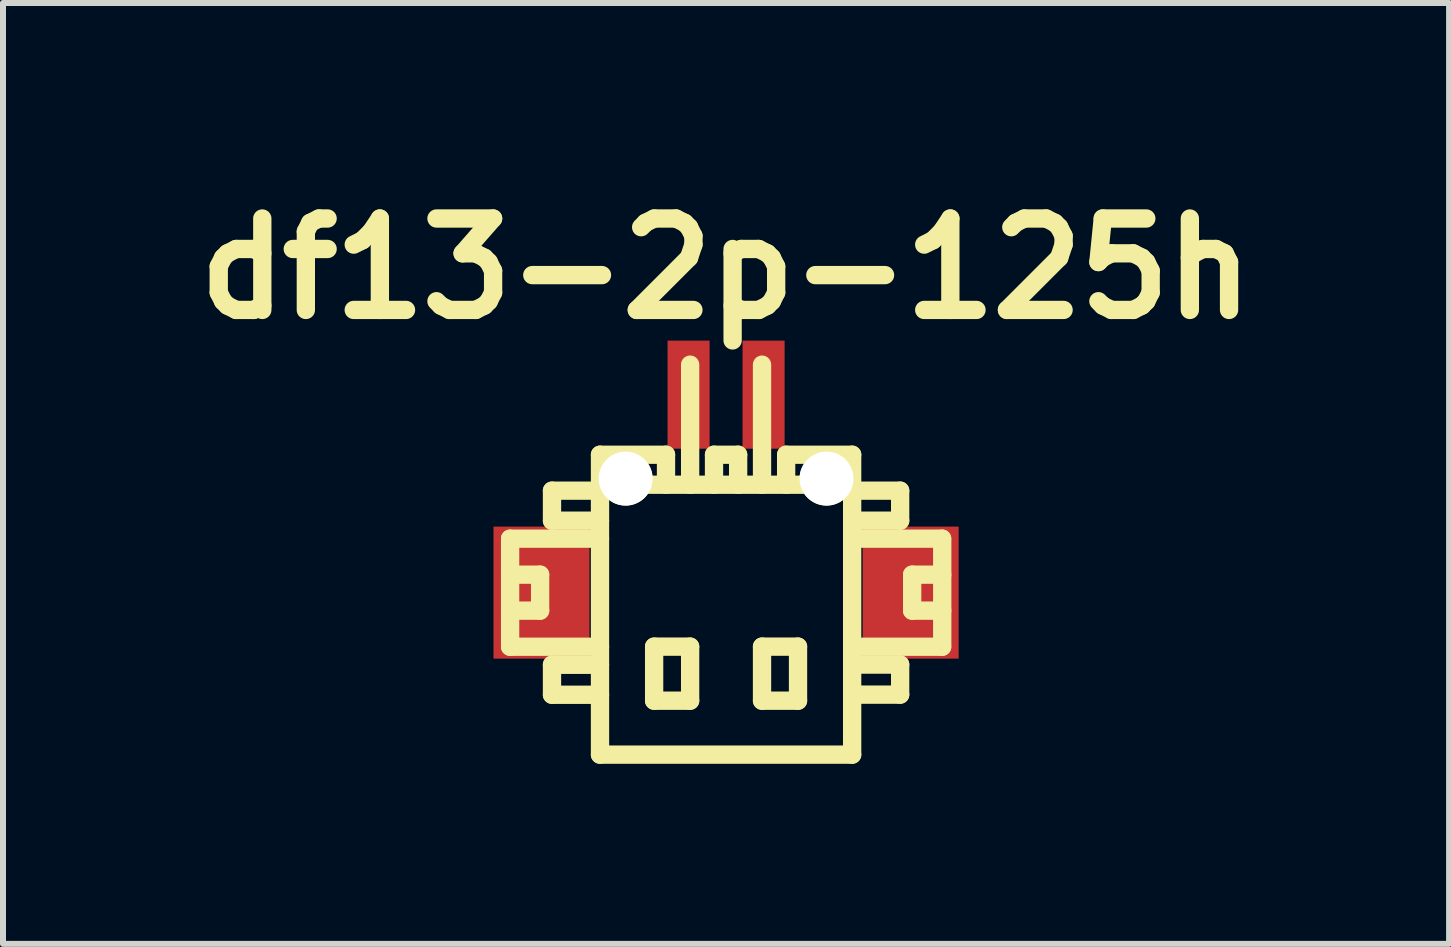
<source format=kicad_pcb>
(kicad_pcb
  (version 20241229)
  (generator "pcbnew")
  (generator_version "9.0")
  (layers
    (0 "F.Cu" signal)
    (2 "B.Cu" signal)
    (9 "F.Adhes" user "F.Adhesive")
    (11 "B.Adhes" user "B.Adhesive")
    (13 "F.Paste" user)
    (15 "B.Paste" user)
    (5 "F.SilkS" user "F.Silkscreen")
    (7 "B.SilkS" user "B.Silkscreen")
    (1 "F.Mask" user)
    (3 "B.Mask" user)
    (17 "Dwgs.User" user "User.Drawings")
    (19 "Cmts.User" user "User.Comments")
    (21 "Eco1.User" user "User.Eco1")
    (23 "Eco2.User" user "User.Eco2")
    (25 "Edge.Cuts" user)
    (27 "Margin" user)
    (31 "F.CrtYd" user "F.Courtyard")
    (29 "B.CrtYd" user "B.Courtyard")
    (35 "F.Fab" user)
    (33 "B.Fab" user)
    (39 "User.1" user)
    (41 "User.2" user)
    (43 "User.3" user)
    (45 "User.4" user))
  (footprint "df13-2p-125h"
    (layer "F.Cu")
    (at 9.05 7.027)
    (property "Reference" "df13-2p-125h" (at 0 -5.601 0) (layer "F.SilkS") (effects (font (size 1.524 1.524) (thickness 0.305))))
    (attr through_hole)
    (fp_line (start -3.599 -1.1) (end -3.599 0.701) (stroke (width 0.305) (type solid)) (layer "F.SilkS"))
    (fp_line (start -3.599 0.701) (end -2.101 0.701) (stroke (width 0.305) (type solid)) (layer "F.SilkS"))
    (fp_line (start -3.099 -0.5) (end -3.599 -0.5) (stroke (width 0.305) (type solid)) (layer "F.SilkS"))
    (fp_line (start -3.099 0.099) (end -3.599 0.099) (stroke (width 0.305) (type solid)) (layer "F.SilkS"))
    (fp_line (start -3.099 0.099) (end -3.099 -0.5) (stroke (width 0.305) (type solid)) (layer "F.SilkS"))
    (fp_line (start -2.901 -1.9) (end -2.901 -1.4) (stroke (width 0.305) (type solid)) (layer "F.SilkS"))
    (fp_line (start -2.901 -1.9) (end -2.101 -1.9) (stroke (width 0.305) (type solid)) (layer "F.SilkS"))
    (fp_line (start -2.901 1.001) (end -2.901 1.501) (stroke (width 0.305) (type solid)) (layer "F.SilkS"))
    (fp_line (start -2.901 1.501) (end -2.101 1.501) (stroke (width 0.305) (type solid)) (layer "F.SilkS"))
    (fp_line (start -2.101 -1.4) (end -2.901 -1.4) (stroke (width 0.305) (type solid)) (layer "F.SilkS"))
    (fp_line (start -2.101 -1.1) (end -3.599 -1.1) (stroke (width 0.305) (type solid)) (layer "F.SilkS"))
    (fp_line (start -2.101 1.001) (end -2.901 1.001) (stroke (width 0.305) (type solid)) (layer "F.SilkS"))
    (fp_line (start -2.101 2.499) (end -2.101 -2.499) (stroke (width 0.305) (type solid)) (layer "F.SilkS"))
    (fp_line (start -1.199 0.699) (end -1.199 1.6) (stroke (width 0.305) (type solid)) (layer "F.SilkS"))
    (fp_line (start -1.199 1.6) (end -0.599 1.6) (stroke (width 0.305) (type solid)) (layer "F.SilkS"))
    (fp_line (start -1.001 -2.499) (end -2.101 -2.499) (stroke (width 0.305) (type solid)) (layer "F.SilkS"))
    (fp_line (start -1.001 -2.499) (end -1.001 -1.999) (stroke (width 0.305) (type solid)) (layer "F.SilkS"))
    (fp_line (start -0.599 -4) (end -0.599 -1.999) (stroke (width 0.305) (type solid)) (layer "F.SilkS"))
    (fp_line (start -0.599 0.699) (end -1.199 0.699) (stroke (width 0.305) (type solid)) (layer "F.SilkS"))
    (fp_line (start -0.599 1.6) (end -0.599 0.699) (stroke (width 0.305) (type solid)) (layer "F.SilkS"))
    (fp_line (start -0.201 -2.499) (end -0.201 -1.999) (stroke (width 0.305) (type solid)) (layer "F.SilkS"))
    (fp_line (start 0.201 -2.499) (end -0.201 -2.499) (stroke (width 0.305) (type solid)) (layer "F.SilkS"))
    (fp_line (start 0.201 -2.499) (end 0.201 -1.999) (stroke (width 0.305) (type solid)) (layer "F.SilkS"))
    (fp_line (start 0.599 -1.999) (end 0.599 -4) (stroke (width 0.305) (type solid)) (layer "F.SilkS"))
    (fp_line (start 0.599 0.699) (end 1.199 0.699) (stroke (width 0.305) (type solid)) (layer "F.SilkS"))
    (fp_line (start 0.599 1.6) (end 0.599 0.699) (stroke (width 0.305) (type solid)) (layer "F.SilkS"))
    (fp_line (start 1.001 -2.499) (end 1.001 -1.999) (stroke (width 0.305) (type solid)) (layer "F.SilkS"))
    (fp_line (start 1.199 0.699) (end 1.199 1.6) (stroke (width 0.305) (type solid)) (layer "F.SilkS"))
    (fp_line (start 1.199 1.6) (end 0.599 1.6) (stroke (width 0.305) (type solid)) (layer "F.SilkS"))
    (fp_line (start 2.101 -2.499) (end 1.001 -2.499) (stroke (width 0.305) (type solid)) (layer "F.SilkS"))
    (fp_line (start 2.101 -2.499) (end 2.101 2.499) (stroke (width 0.305) (type solid)) (layer "F.SilkS"))
    (fp_line (start 2.101 -1.999) (end -2.101 -1.999) (stroke (width 0.305) (type solid)) (layer "F.SilkS"))
    (fp_line (start 2.101 -1.9) (end 2.901 -1.9) (stroke (width 0.305) (type solid)) (layer "F.SilkS"))
    (fp_line (start 2.101 0.998) (end 2.901 0.998) (stroke (width 0.305) (type solid)) (layer "F.SilkS"))
    (fp_line (start 2.101 2.499) (end -2.101 2.499) (stroke (width 0.305) (type solid)) (layer "F.SilkS"))
    (fp_line (start 2.901 -1.9) (end 2.901 -1.4) (stroke (width 0.305) (type solid)) (layer "F.SilkS"))
    (fp_line (start 2.901 -1.4) (end 2.101 -1.4) (stroke (width 0.305) (type solid)) (layer "F.SilkS"))
    (fp_line (start 2.901 0.998) (end 2.901 1.499) (stroke (width 0.305) (type solid)) (layer "F.SilkS"))
    (fp_line (start 2.901 1.499) (end 2.101 1.499) (stroke (width 0.305) (type solid)) (layer "F.SilkS"))
    (fp_line (start 3.101 0.099) (end 3.101 -0.5) (stroke (width 0.305) (type solid)) (layer "F.SilkS"))
    (fp_line (start 3.599 -1.1) (end 2.101 -1.1) (stroke (width 0.305) (type solid)) (layer "F.SilkS"))
    (fp_line (start 3.599 0.701) (end 2.2 0.701) (stroke (width 0.305) (type solid)) (layer "F.SilkS"))
    (fp_line (start 3.602 -1.1) (end 3.602 0.701) (stroke (width 0.305) (type solid)) (layer "F.SilkS"))
    (fp_line (start 3.602 -0.5) (end 3.101 -0.5) (stroke (width 0.305) (type solid)) (layer "F.SilkS"))
    (fp_line (start 3.602 0.099) (end 3.101 0.099) (stroke (width 0.305) (type solid)) (layer "F.SilkS"))
    (pad "" smd rect (at -3.076 -0.201) (size 1.6 2.2) (layers "F.Cu" "F.Mask" "F.Paste"))
    (pad "" np_thru_hole circle (at -1.674 -2.101) (size 0.899 0.899) (drill 0.899) (layers "*.Cu" "*.Mask" "F.SilkS"))
    (pad "" np_thru_hole circle (at 1.674 -2.101) (size 0.899 0.899) (drill 0.899) (layers "*.Cu" "*.Mask" "F.SilkS"))
    (pad "" smd rect (at 3.076 -0.201) (size 1.6 2.2) (layers "F.Cu" "F.Mask" "F.Paste"))
    (pad "1" smd rect (at 0.625 -3.5) (size 0.701 1.801) (layers "F.Cu" "F.Mask" "F.Paste"))
    (pad "2" smd rect (at -0.625 -3.5) (size 0.701 1.801) (layers "F.Cu" "F.Mask" "F.Paste")))
  (gr_rect
    (start -3 -3)
    (end 21.099 12.679)
    (stroke (width 0.1) (type default))
    (fill no)
    (layer "Edge.Cuts")))
</source>
